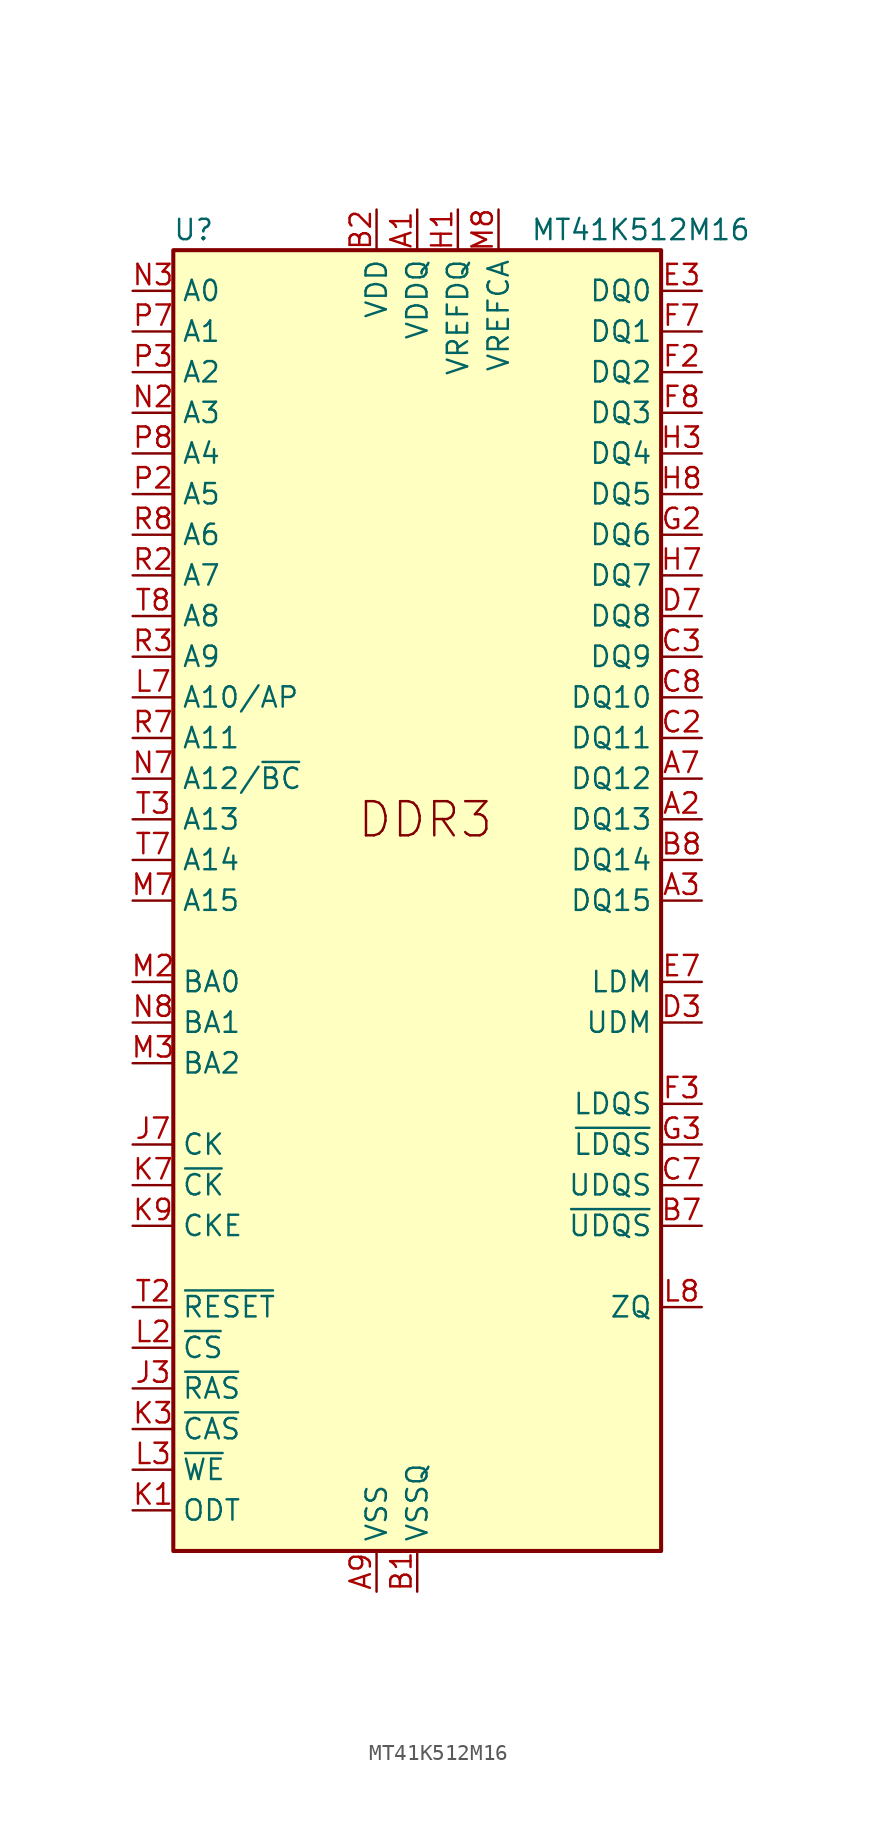
<source format=kicad_sym>
(kicad_symbol_lib
  (version 20211014)
  (generator kicad_symbol_editor)
  (symbol "MT41K512M16"
    (property "Reference" "U"
      (at -13.97 41.91 0)
      (effects (font (size 1.27 1.27))))
    (property "Value" "MT41K512M16"
      (at 13.97 41.91 0)
      (effects (font (size 1.27 1.27))))
    (symbol "MT41K512M16_0_1"
      (rectangle (start -15.24 -40.64) (end 15.24 40.64) (stroke (width 0.254) (type default) (color 0 0 0 0)) (fill (type background)))
      (pin power_in line (at 0 43.18 270) (length 2.54) (name "VDDQ" (effects (font (size 1.27 1.27)))) (number "A1" (effects (font (size 1.27 1.27)))))
      (pin passive line (at 0 43.18 270) (length 2.54) hide (name "VDDQ" (effects (font (size 1.27 1.27)))) (number "A8" (effects (font (size 1.27 1.27)))))
      (pin power_in line (at -2.54 -43.18 90) (length 2.54) (name "VSS" (effects (font (size 1.27 1.27)))) (number "A9" (effects (font (size 1.27 1.27)))))
      (pin power_in line (at 0 -43.18 90) (length 2.54) (name "VSSQ" (effects (font (size 1.27 1.27)))) (number "B1" (effects (font (size 1.27 1.27)))))
      (pin power_in line (at -2.54 43.18 270) (length 2.54) (name "VDD" (effects (font (size 1.27 1.27)))) (number "B2" (effects (font (size 1.27 1.27)))))
      (pin passive line (at -2.54 -43.18 90) (length 2.54) hide (name "VSS" (effects (font (size 1.27 1.27)))) (number "B3" (effects (font (size 1.27 1.27)))))
      (pin passive line (at 0 -43.18 90) (length 2.54) hide (name "VSSQ" (effects (font (size 1.27 1.27)))) (number "B9" (effects (font (size 1.27 1.27)))))
      (pin passive line (at 0 43.18 270) (length 2.54) hide (name "VDDQ" (effects (font (size 1.27 1.27)))) (number "C1" (effects (font (size 1.27 1.27)))))
      (pin passive line (at 0 43.18 270) (length 2.54) hide (name "VDDQ" (effects (font (size 1.27 1.27)))) (number "C9" (effects (font (size 1.27 1.27)))))
      (pin passive line (at 0 -43.18 90) (length 2.54) hide (name "VSSQ" (effects (font (size 1.27 1.27)))) (number "D1" (effects (font (size 1.27 1.27)))))
      (pin passive line (at 0 43.18 270) (length 2.54) hide (name "VDDQ" (effects (font (size 1.27 1.27)))) (number "D2" (effects (font (size 1.27 1.27)))))
      (pin passive line (at 0 -43.18 90) (length 2.54) hide (name "VSSQ" (effects (font (size 1.27 1.27)))) (number "D8" (effects (font (size 1.27 1.27)))))
      (pin passive line (at -2.54 43.18 270) (length 2.54) hide (name "VDD" (effects (font (size 1.27 1.27)))) (number "D9" (effects (font (size 1.27 1.27)))))
      (pin passive line (at -2.54 -43.18 90) (length 2.54) hide (name "VSS" (effects (font (size 1.27 1.27)))) (number "E1" (effects (font (size 1.27 1.27)))))
      (pin passive line (at 0 -43.18 90) (length 2.54) hide (name "VSSQ" (effects (font (size 1.27 1.27)))) (number "E2" (effects (font (size 1.27 1.27)))))
      (pin bidirectional line (at 17.78 38.1 180) (length 2.54) (name "DQ0" (effects (font (size 1.27 1.27)))) (number "E3" (effects (font (size 1.27 1.27)))))
      (pin passive line (at 0 -43.18 90) (length 2.54) hide (name "VSSQ" (effects (font (size 1.27 1.27)))) (number "E8" (effects (font (size 1.27 1.27)))))
      (pin passive line (at 0 43.18 270) (length 2.54) hide (name "VDDQ" (effects (font (size 1.27 1.27)))) (number "E9" (effects (font (size 1.27 1.27)))))
      (pin passive line (at 0 43.18 270) (length 2.54) hide (name "VDDQ" (effects (font (size 1.27 1.27)))) (number "F1" (effects (font (size 1.27 1.27)))))
      (pin bidirectional line (at 17.78 33.02 180) (length 2.54) (name "DQ2" (effects (font (size 1.27 1.27)))) (number "F2" (effects (font (size 1.27 1.27)))))
      (pin bidirectional line (at 17.78 35.56 180) (length 2.54) (name "DQ1" (effects (font (size 1.27 1.27)))) (number "F7" (effects (font (size 1.27 1.27)))))
      (pin bidirectional line (at 17.78 30.48 180) (length 2.54) (name "DQ3" (effects (font (size 1.27 1.27)))) (number "F8" (effects (font (size 1.27 1.27)))))
      (pin passive line (at 0 -43.18 90) (length 2.54) hide (name "VSSQ" (effects (font (size 1.27 1.27)))) (number "F9" (effects (font (size 1.27 1.27)))))
      (pin passive line (at 0 -43.18 90) (length 2.54) hide (name "VSSQ" (effects (font (size 1.27 1.27)))) (number "G1" (effects (font (size 1.27 1.27)))))
      (pin bidirectional line (at 17.78 22.86 180) (length 2.54) (name "DQ6" (effects (font (size 1.27 1.27)))) (number "G2" (effects (font (size 1.27 1.27)))))
      (pin passive line (at -2.54 43.18 270) (length 2.54) hide (name "VDD" (effects (font (size 1.27 1.27)))) (number "G7" (effects (font (size 1.27 1.27)))))
      (pin passive line (at -2.54 -43.18 90) (length 2.54) hide (name "VSS" (effects (font (size 1.27 1.27)))) (number "G8" (effects (font (size 1.27 1.27)))))
      (pin passive line (at 0 -43.18 90) (length 2.54) hide (name "VSSQ" (effects (font (size 1.27 1.27)))) (number "G9" (effects (font (size 1.27 1.27)))))
      (pin power_in line (at 2.54 43.18 270) (length 2.54) (name "VREFDQ" (effects (font (size 1.27 1.27)))) (number "H1" (effects (font (size 1.27 1.27)))))
      (pin passive line (at 0 43.18 270) (length 2.54) hide (name "VDDQ" (effects (font (size 1.27 1.27)))) (number "H2" (effects (font (size 1.27 1.27)))))
      (pin bidirectional line (at 17.78 27.94 180) (length 2.54) (name "DQ4" (effects (font (size 1.27 1.27)))) (number "H3" (effects (font (size 1.27 1.27)))))
      (pin bidirectional line (at 17.78 20.32 180) (length 2.54) (name "DQ7" (effects (font (size 1.27 1.27)))) (number "H7" (effects (font (size 1.27 1.27)))))
      (pin bidirectional line (at 17.78 25.4 180) (length 2.54) (name "DQ5" (effects (font (size 1.27 1.27)))) (number "H8" (effects (font (size 1.27 1.27)))))
      (pin passive line (at 0 43.18 270) (length 2.54) hide (name "VDDQ" (effects (font (size 1.27 1.27)))) (number "H9" (effects (font (size 1.27 1.27)))))
      (pin passive line (at -2.54 -43.18 90) (length 2.54) hide (name "VSS" (effects (font (size 1.27 1.27)))) (number "J2" (effects (font (size 1.27 1.27)))))
      (pin passive line (at -2.54 -43.18 90) (length 2.54) hide (name "VSS" (effects (font (size 1.27 1.27)))) (number "J8" (effects (font (size 1.27 1.27)))))
      (pin passive line (at -2.54 43.18 270) (length 2.54) hide (name "VDD" (effects (font (size 1.27 1.27)))) (number "K2" (effects (font (size 1.27 1.27)))))
      (pin passive line (at -2.54 43.18 270) (length 2.54) hide (name "VDD" (effects (font (size 1.27 1.27)))) (number "K8" (effects (font (size 1.27 1.27)))))
      (pin input line (at -17.78 -27.94 0) (length 2.54) (name "~{CS}" (effects (font (size 1.27 1.27)))) (number "L2" (effects (font (size 1.27 1.27)))))
      (pin input line (at -17.78 12.7 0) (length 2.54) (name "A10/AP" (effects (font (size 1.27 1.27)))) (number "L7" (effects (font (size 1.27 1.27)))))
      (pin passive line (at -2.54 -43.18 90) (length 2.54) hide (name "VSS" (effects (font (size 1.27 1.27)))) (number "M1" (effects (font (size 1.27 1.27)))))
      (pin input line (at -17.78 0 0) (length 2.54) (name "A15" (effects (font (size 1.27 1.27)))) (number "M7" (effects (font (size 1.27 1.27)))))
      (pin passive line (at -2.54 -43.18 90) (length 2.54) hide (name "VSS" (effects (font (size 1.27 1.27)))) (number "M9" (effects (font (size 1.27 1.27)))))
      (pin passive line (at -2.54 43.18 270) (length 2.54) hide (name "VDD" (effects (font (size 1.27 1.27)))) (number "N1" (effects (font (size 1.27 1.27)))))
      (pin input line (at -17.78 30.48 0) (length 2.54) (name "A3" (effects (font (size 1.27 1.27)))) (number "N2" (effects (font (size 1.27 1.27)))))
      (pin input line (at -17.78 38.1 0) (length 2.54) (name "A0" (effects (font (size 1.27 1.27)))) (number "N3" (effects (font (size 1.27 1.27)))))
      (pin input line (at -17.78 7.62 0) (length 2.54) (name "A12/~{BC}" (effects (font (size 1.27 1.27)))) (number "N7" (effects (font (size 1.27 1.27)))))
      (pin passive line (at -2.54 43.18 270) (length 2.54) hide (name "VDD" (effects (font (size 1.27 1.27)))) (number "N9" (effects (font (size 1.27 1.27)))))
      (pin passive line (at -2.54 -43.18 90) (length 2.54) hide (name "VSS" (effects (font (size 1.27 1.27)))) (number "P1" (effects (font (size 1.27 1.27)))))
      (pin input line (at -17.78 25.4 0) (length 2.54) (name "A5" (effects (font (size 1.27 1.27)))) (number "P2" (effects (font (size 1.27 1.27)))))
      (pin input line (at -17.78 33.02 0) (length 2.54) (name "A2" (effects (font (size 1.27 1.27)))) (number "P3" (effects (font (size 1.27 1.27)))))
      (pin input line (at -17.78 35.56 0) (length 2.54) (name "A1" (effects (font (size 1.27 1.27)))) (number "P7" (effects (font (size 1.27 1.27)))))
      (pin input line (at -17.78 27.94 0) (length 2.54) (name "A4" (effects (font (size 1.27 1.27)))) (number "P8" (effects (font (size 1.27 1.27)))))
      (pin passive line (at -2.54 -43.18 90) (length 2.54) hide (name "VSS" (effects (font (size 1.27 1.27)))) (number "P9" (effects (font (size 1.27 1.27)))))
      (pin passive line (at -2.54 43.18 270) (length 2.54) hide (name "VDD" (effects (font (size 1.27 1.27)))) (number "R1" (effects (font (size 1.27 1.27)))))
      (pin input line (at -17.78 20.32 0) (length 2.54) (name "A7" (effects (font (size 1.27 1.27)))) (number "R2" (effects (font (size 1.27 1.27)))))
      (pin input line (at -17.78 15.24 0) (length 2.54) (name "A9" (effects (font (size 1.27 1.27)))) (number "R3" (effects (font (size 1.27 1.27)))))
      (pin input line (at -17.78 10.16 0) (length 2.54) (name "A11" (effects (font (size 1.27 1.27)))) (number "R7" (effects (font (size 1.27 1.27)))))
      (pin input line (at -17.78 22.86 0) (length 2.54) (name "A6" (effects (font (size 1.27 1.27)))) (number "R8" (effects (font (size 1.27 1.27)))))
      (pin passive line (at -2.54 43.18 270) (length 2.54) hide (name "VDD" (effects (font (size 1.27 1.27)))) (number "R9" (effects (font (size 1.27 1.27)))))
      (pin passive line (at -2.54 -43.18 90) (length 2.54) hide (name "VSS" (effects (font (size 1.27 1.27)))) (number "T1" (effects (font (size 1.27 1.27)))))
      (pin input line (at -17.78 -25.4 0) (length 2.54) (name "~{RESET}" (effects (font (size 1.27 1.27)))) (number "T2" (effects (font (size 1.27 1.27)))))
      (pin input line (at -17.78 5.08 0) (length 2.54) (name "A13" (effects (font (size 1.27 1.27)))) (number "T3" (effects (font (size 1.27 1.27)))))
      (pin input line (at -17.78 2.54 0) (length 2.54) (name "A14" (effects (font (size 1.27 1.27)))) (number "T7" (effects (font (size 1.27 1.27)))))
      (pin input line (at -17.78 17.78 0) (length 2.54) (name "A8" (effects (font (size 1.27 1.27)))) (number "T8" (effects (font (size 1.27 1.27)))))
      (pin passive line (at -2.54 -43.18 90) (length 2.54) hide (name "VSS" (effects (font (size 1.27 1.27)))) (number "T9" (effects (font (size 1.27 1.27))))))
    (symbol "MT41K512M16_1_1"
      (text "DDR3" (at -3.81 3.81 0) (effects (font (size 2.134 2.134)) (justify left bottom)))
      (pin bidirectional line (at 17.78 5.08 180) (length 2.54) (name "DQ13" (effects (font (size 1.27 1.27)))) (number "A2" (effects (font (size 1.27 1.27)))))
      (pin bidirectional line (at 17.78 0 180) (length 2.54) (name "DQ15" (effects (font (size 1.27 1.27)))) (number "A3" (effects (font (size 1.27 1.27)))))
      (pin bidirectional line (at 17.78 7.62 180) (length 2.54) (name "DQ12" (effects (font (size 1.27 1.27)))) (number "A7" (effects (font (size 1.27 1.27)))))
      (pin bidirectional line (at 17.78 -20.32 180) (length 2.54) (name "~{UDQS}" (effects (font (size 1.27 1.27)))) (number "B7" (effects (font (size 1.27 1.27)))))
      (pin bidirectional line (at 17.78 2.54 180) (length 2.54) (name "DQ14" (effects (font (size 1.27 1.27)))) (number "B8" (effects (font (size 1.27 1.27)))))
      (pin bidirectional line (at 17.78 10.16 180) (length 2.54) (name "DQ11" (effects (font (size 1.27 1.27)))) (number "C2" (effects (font (size 1.27 1.27)))))
      (pin bidirectional line (at 17.78 15.24 180) (length 2.54) (name "DQ9" (effects (font (size 1.27 1.27)))) (number "C3" (effects (font (size 1.27 1.27)))))
      (pin bidirectional line (at 17.78 -17.78 180) (length 2.54) (name "UDQS" (effects (font (size 1.27 1.27)))) (number "C7" (effects (font (size 1.27 1.27)))))
      (pin bidirectional line (at 17.78 12.7 180) (length 2.54) (name "DQ10" (effects (font (size 1.27 1.27)))) (number "C8" (effects (font (size 1.27 1.27)))))
      (pin input line (at 17.78 -7.62 180) (length 2.54) (name "UDM" (effects (font (size 1.27 1.27)))) (number "D3" (effects (font (size 1.27 1.27)))))
      (pin bidirectional line (at 17.78 17.78 180) (length 2.54) (name "DQ8" (effects (font (size 1.27 1.27)))) (number "D7" (effects (font (size 1.27 1.27)))))
      (pin input line (at 17.78 -5.08 180) (length 2.54) (name "LDM" (effects (font (size 1.27 1.27)))) (number "E7" (effects (font (size 1.27 1.27)))))
      (pin bidirectional line (at 17.78 -12.7 180) (length 2.54) (name "LDQS" (effects (font (size 1.27 1.27)))) (number "F3" (effects (font (size 1.27 1.27)))))
      (pin bidirectional line (at 17.78 -15.24 180) (length 2.54) (name "~{LDQS}" (effects (font (size 1.27 1.27)))) (number "G3" (effects (font (size 1.27 1.27)))))
      (pin no_connect line (at 15.24 -27.94 180) (length 2.54) hide (name "NC" (effects (font (size 1.27 1.27)))) (number "J1" (effects (font (size 1.27 1.27)))))
      (pin input line (at -17.78 -30.48 0) (length 2.54) (name "~{RAS}" (effects (font (size 1.27 1.27)))) (number "J3" (effects (font (size 1.27 1.27)))))
      (pin input line (at -17.78 -15.24 0) (length 2.54) (name "CK" (effects (font (size 1.27 1.27)))) (number "J7" (effects (font (size 1.27 1.27)))))
      (pin no_connect line (at 15.24 -30.48 180) (length 2.54) hide (name "NC" (effects (font (size 1.27 1.27)))) (number "J9" (effects (font (size 1.27 1.27)))))
      (pin input line (at -17.78 -38.1 0) (length 2.54) (name "ODT" (effects (font (size 1.27 1.27)))) (number "K1" (effects (font (size 1.27 1.27)))))
      (pin input line (at -17.78 -33.02 0) (length 2.54) (name "~{CAS}" (effects (font (size 1.27 1.27)))) (number "K3" (effects (font (size 1.27 1.27)))))
      (pin input line (at -17.78 -17.78 0) (length 2.54) (name "~{CK}" (effects (font (size 1.27 1.27)))) (number "K7" (effects (font (size 1.27 1.27)))))
      (pin input line (at -17.78 -20.32 0) (length 2.54) (name "CKE" (effects (font (size 1.27 1.27)))) (number "K9" (effects (font (size 1.27 1.27)))))
      (pin no_connect line (at 15.24 -33.02 180) (length 2.54) hide (name "NC" (effects (font (size 1.27 1.27)))) (number "L1" (effects (font (size 1.27 1.27)))))
      (pin input line (at -17.78 -35.56 0) (length 2.54) (name "~{WE}" (effects (font (size 1.27 1.27)))) (number "L3" (effects (font (size 1.27 1.27)))))
      (pin input line (at 17.78 -25.4 180) (length 2.54) (name "ZQ" (effects (font (size 1.27 1.27)))) (number "L8" (effects (font (size 1.27 1.27)))))
      (pin no_connect line (at 15.24 -35.56 180) (length 2.54) hide (name "NC" (effects (font (size 1.27 1.27)))) (number "L9" (effects (font (size 1.27 1.27)))))
      (pin input line (at -17.78 -5.08 0) (length 2.54) (name "BA0" (effects (font (size 1.27 1.27)))) (number "M2" (effects (font (size 1.27 1.27)))))
      (pin input line (at -17.78 -10.16 0) (length 2.54) (name "BA2" (effects (font (size 1.27 1.27)))) (number "M3" (effects (font (size 1.27 1.27)))))
      (pin no_connect line (at 15.24 -38.1 180) (length 2.54) hide (name "NC" (effects (font (size 1.27 1.27)))) (number "M7" (effects (font (size 1.27 1.27)))))
      (pin power_in line (at 5.08 43.18 270) (length 2.54) (name "VREFCA" (effects (font (size 1.27 1.27)))) (number "M8" (effects (font (size 1.27 1.27)))))
      (pin input line (at -17.78 -7.62 0) (length 2.54) (name "BA1" (effects (font (size 1.27 1.27)))) (number "N8" (effects (font (size 1.27 1.27))))))))
</source>
